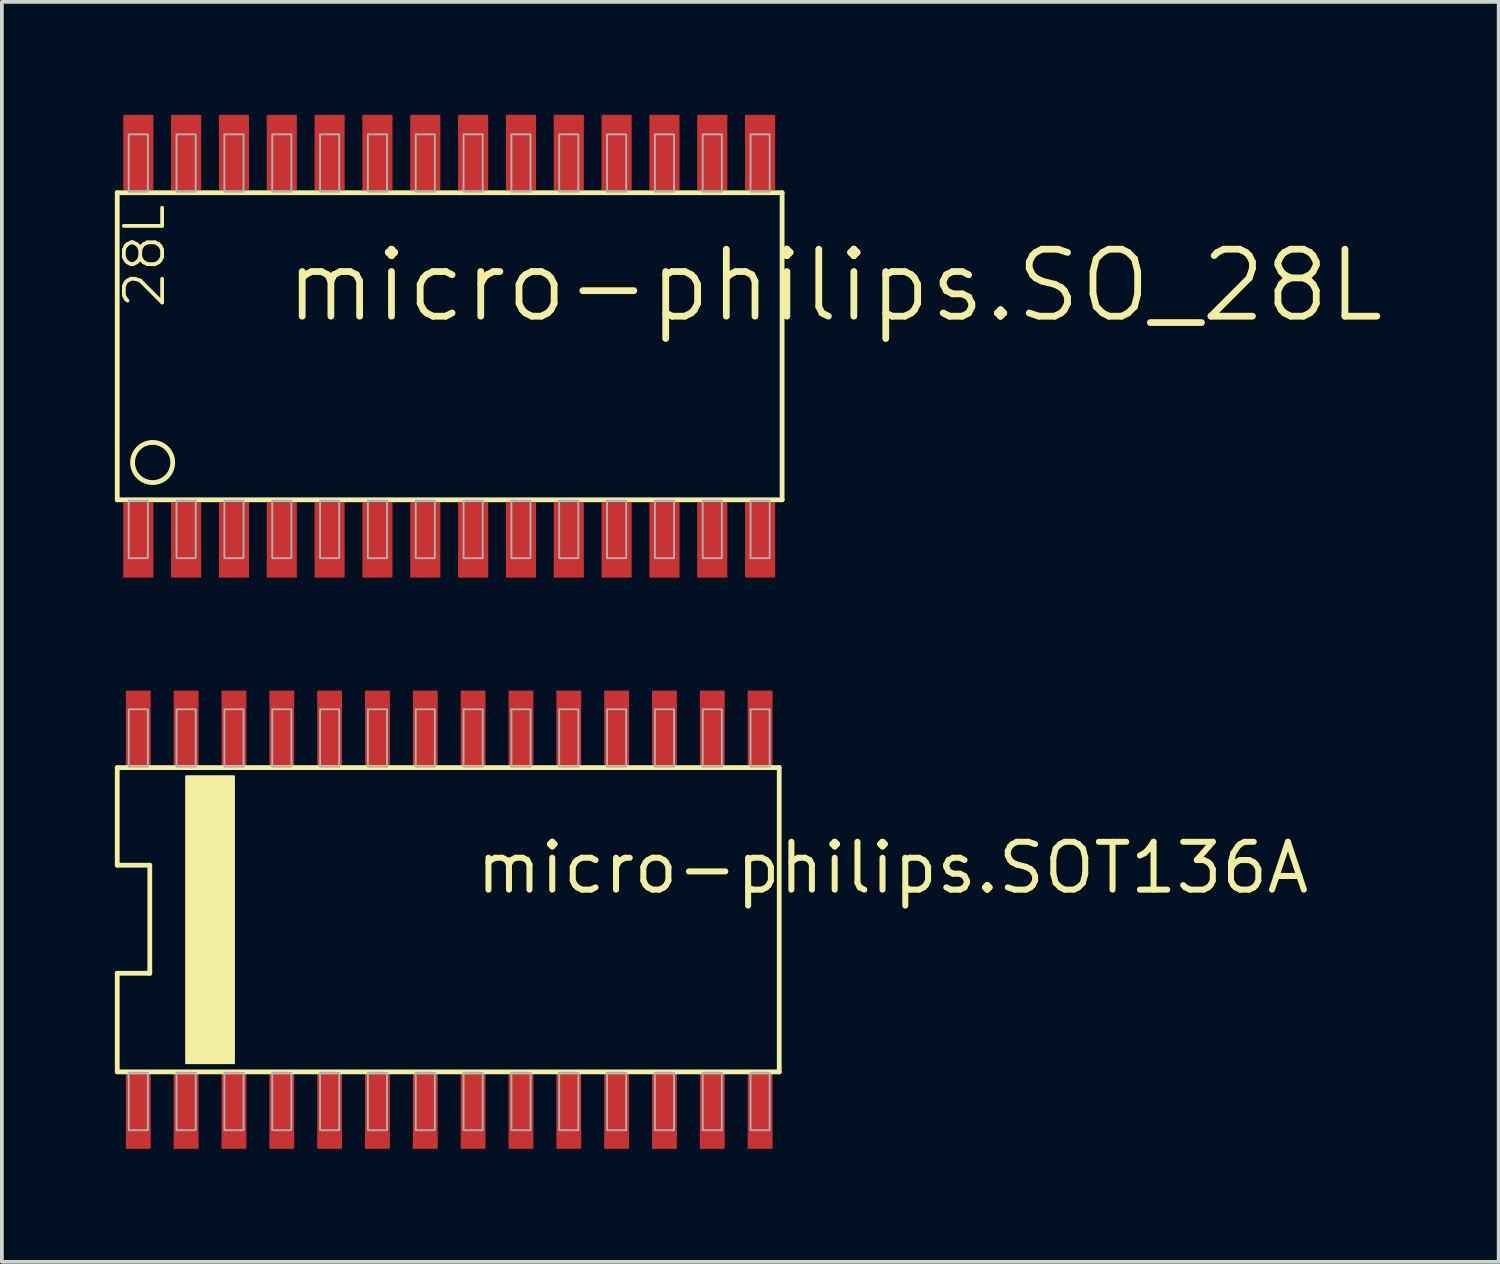
<source format=kicad_pcb>
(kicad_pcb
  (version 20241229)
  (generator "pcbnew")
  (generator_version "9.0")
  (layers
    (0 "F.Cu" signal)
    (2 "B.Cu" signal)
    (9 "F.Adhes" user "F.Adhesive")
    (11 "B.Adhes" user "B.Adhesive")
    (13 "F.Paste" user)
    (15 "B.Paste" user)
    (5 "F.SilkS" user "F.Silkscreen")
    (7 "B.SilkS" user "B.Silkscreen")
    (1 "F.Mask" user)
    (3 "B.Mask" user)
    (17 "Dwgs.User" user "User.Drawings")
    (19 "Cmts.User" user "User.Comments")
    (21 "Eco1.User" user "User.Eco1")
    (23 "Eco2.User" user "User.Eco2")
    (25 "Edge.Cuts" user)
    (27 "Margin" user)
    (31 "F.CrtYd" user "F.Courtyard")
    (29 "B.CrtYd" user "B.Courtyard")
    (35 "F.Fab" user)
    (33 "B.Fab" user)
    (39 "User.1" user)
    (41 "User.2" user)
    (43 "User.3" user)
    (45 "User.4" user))
  (footprint "micro-philips.SOT136A"
    (layer "F.Cu")
    (at 8.877 21.37)
    (property "Reference" "micro-philips.SOT136A" (at 0.635 -0.635 0) (layer "F.SilkS") (effects (font (size 1.27 1.27) (thickness 0.16)) (justify left bottom)))
    (attr smd)
    (fp_line (start -8.814 -4.039) (end -8.814 -1.448) (stroke (width 0.127) (type default)) (layer "F.SilkS"))
    (fp_line (start -8.814 -1.448) (end -7.95 -1.448) (stroke (width 0.127) (type default)) (layer "F.SilkS"))
    (fp_line (start -8.814 1.422) (end -8.814 4.039) (stroke (width 0.127) (type default)) (layer "F.SilkS"))
    (fp_line (start -8.814 4.039) (end 8.763 4.039) (stroke (width 0.127) (type default)) (layer "F.SilkS"))
    (fp_line (start -7.95 -1.448) (end -7.95 1.422) (stroke (width 0.127) (type default)) (layer "F.SilkS"))
    (fp_line (start -7.95 1.422) (end -8.814 1.422) (stroke (width 0.127) (type default)) (layer "F.SilkS"))
    (fp_line (start 8.763 -4.039) (end -8.814 -4.039) (stroke (width 0.127) (type default)) (layer "F.SilkS"))
    (fp_line (start 8.763 4.039) (end 8.763 -4.039) (stroke (width 0.127) (type default)) (layer "F.SilkS"))
    (fp_rect (start -6.985 3.81) (end -5.715 -3.81) (stroke (width 0.05) (type default)) (fill yes) (layer "F.SilkS"))
    (fp_rect (start -8.509 -4.064) (end -8.001 -5.588) (stroke (width 0.05) (type default)) (fill no) (layer "F.Fab"))
    (fp_rect (start -8.509 5.588) (end -8.001 4.064) (stroke (width 0.05) (type default)) (fill no) (layer "F.Fab"))
    (fp_rect (start -7.239 -4.064) (end -6.731 -5.588) (stroke (width 0.05) (type default)) (fill no) (layer "F.Fab"))
    (fp_rect (start -7.239 5.588) (end -6.731 4.064) (stroke (width 0.05) (type default)) (fill no) (layer "F.Fab"))
    (fp_rect (start -5.969 -4.064) (end -5.461 -5.588) (stroke (width 0.05) (type default)) (fill no) (layer "F.Fab"))
    (fp_rect (start -5.969 5.588) (end -5.461 4.064) (stroke (width 0.05) (type default)) (fill no) (layer "F.Fab"))
    (fp_rect (start -4.699 -4.064) (end -4.191 -5.588) (stroke (width 0.05) (type default)) (fill no) (layer "F.Fab"))
    (fp_rect (start -4.699 5.588) (end -4.191 4.064) (stroke (width 0.05) (type default)) (fill no) (layer "F.Fab"))
    (fp_rect (start -3.429 -4.064) (end -2.921 -5.588) (stroke (width 0.05) (type default)) (fill no) (layer "F.Fab"))
    (fp_rect (start -3.429 5.588) (end -2.921 4.064) (stroke (width 0.05) (type default)) (fill no) (layer "F.Fab"))
    (fp_rect (start -2.159 -4.064) (end -1.651 -5.588) (stroke (width 0.05) (type default)) (fill no) (layer "F.Fab"))
    (fp_rect (start -2.159 5.588) (end -1.651 4.064) (stroke (width 0.05) (type default)) (fill no) (layer "F.Fab"))
    (fp_rect (start -0.889 -4.064) (end -0.381 -5.588) (stroke (width 0.05) (type default)) (fill no) (layer "F.Fab"))
    (fp_rect (start -0.889 5.588) (end -0.381 4.064) (stroke (width 0.05) (type default)) (fill no) (layer "F.Fab"))
    (fp_rect (start 0.381 -4.064) (end 0.889 -5.588) (stroke (width 0.05) (type default)) (fill no) (layer "F.Fab"))
    (fp_rect (start 0.381 5.588) (end 0.889 4.064) (stroke (width 0.05) (type default)) (fill no) (layer "F.Fab"))
    (fp_rect (start 1.651 -4.064) (end 2.159 -5.588) (stroke (width 0.05) (type default)) (fill no) (layer "F.Fab"))
    (fp_rect (start 1.651 5.588) (end 2.159 4.064) (stroke (width 0.05) (type default)) (fill no) (layer "F.Fab"))
    (fp_rect (start 2.921 -4.064) (end 3.429 -5.588) (stroke (width 0.05) (type default)) (fill no) (layer "F.Fab"))
    (fp_rect (start 2.921 5.588) (end 3.429 4.064) (stroke (width 0.05) (type default)) (fill no) (layer "F.Fab"))
    (fp_rect (start 4.191 -4.064) (end 4.699 -5.588) (stroke (width 0.05) (type default)) (fill no) (layer "F.Fab"))
    (fp_rect (start 4.191 5.588) (end 4.699 4.064) (stroke (width 0.05) (type default)) (fill no) (layer "F.Fab"))
    (fp_rect (start 5.461 -4.064) (end 5.969 -5.588) (stroke (width 0.05) (type default)) (fill no) (layer "F.Fab"))
    (fp_rect (start 5.461 5.588) (end 5.969 4.064) (stroke (width 0.05) (type default)) (fill no) (layer "F.Fab"))
    (fp_rect (start 6.731 -4.064) (end 7.239 -5.588) (stroke (width 0.05) (type default)) (fill no) (layer "F.Fab"))
    (fp_rect (start 6.731 5.588) (end 7.239 4.064) (stroke (width 0.05) (type default)) (fill no) (layer "F.Fab"))
    (fp_rect (start 8.001 -4.064) (end 8.509 -5.588) (stroke (width 0.05) (type default)) (fill no) (layer "F.Fab"))
    (fp_rect (start 8.001 5.588) (end 8.509 4.064) (stroke (width 0.05) (type default)) (fill no) (layer "F.Fab"))
    (pad "1" smd roundrect (at -8.255 5.08) (size 0.66 2.007) (layers "F.Cu" "F.Mask" "F.Paste") (roundrect_rratio 0.01))
    (pad "2" smd roundrect (at -6.985 5.08) (size 0.66 2.007) (layers "F.Cu" "F.Mask" "F.Paste") (roundrect_rratio 0.01))
    (pad "3" smd roundrect (at -5.715 5.08) (size 0.66 2.007) (layers "F.Cu" "F.Mask" "F.Paste") (roundrect_rratio 0.01))
    (pad "4" smd roundrect (at -4.445 5.08) (size 0.66 2.007) (layers "F.Cu" "F.Mask" "F.Paste") (roundrect_rratio 0.01))
    (pad "5" smd roundrect (at -3.175 5.08) (size 0.66 2.007) (layers "F.Cu" "F.Mask" "F.Paste") (roundrect_rratio 0.01))
    (pad "6" smd roundrect (at -1.905 5.08) (size 0.66 2.007) (layers "F.Cu" "F.Mask" "F.Paste") (roundrect_rratio 0.01))
    (pad "7" smd roundrect (at -0.635 5.08) (size 0.66 2.007) (layers "F.Cu" "F.Mask" "F.Paste") (roundrect_rratio 0.01))
    (pad "8" smd roundrect (at 0.635 5.08) (size 0.66 2.007) (layers "F.Cu" "F.Mask" "F.Paste") (roundrect_rratio 0.01))
    (pad "9" smd roundrect (at 1.905 5.08) (size 0.66 2.007) (layers "F.Cu" "F.Mask" "F.Paste") (roundrect_rratio 0.01))
    (pad "10" smd roundrect (at 3.175 5.08) (size 0.66 2.007) (layers "F.Cu" "F.Mask" "F.Paste") (roundrect_rratio 0.01))
    (pad "11" smd roundrect (at 4.445 5.08) (size 0.66 2.007) (layers "F.Cu" "F.Mask" "F.Paste") (roundrect_rratio 0.01))
    (pad "12" smd roundrect (at 5.715 5.08) (size 0.66 2.007) (layers "F.Cu" "F.Mask" "F.Paste") (roundrect_rratio 0.01))
    (pad "13" smd roundrect (at 6.985 5.08) (size 0.66 2.007) (layers "F.Cu" "F.Mask" "F.Paste") (roundrect_rratio 0.01))
    (pad "14" smd roundrect (at 8.255 5.08) (size 0.66 2.007) (layers "F.Cu" "F.Mask" "F.Paste") (roundrect_rratio 0.01))
    (pad "15" smd roundrect (at 8.255 -5.08) (size 0.66 2.007) (layers "F.Cu" "F.Mask" "F.Paste") (roundrect_rratio 0.01))
    (pad "16" smd roundrect (at 6.985 -5.08) (size 0.66 2.007) (layers "F.Cu" "F.Mask" "F.Paste") (roundrect_rratio 0.01))
    (pad "17" smd roundrect (at 5.715 -5.08) (size 0.66 2.007) (layers "F.Cu" "F.Mask" "F.Paste") (roundrect_rratio 0.01))
    (pad "18" smd roundrect (at 4.445 -5.08) (size 0.66 2.007) (layers "F.Cu" "F.Mask" "F.Paste") (roundrect_rratio 0.01))
    (pad "19" smd roundrect (at 3.175 -5.08) (size 0.66 2.007) (layers "F.Cu" "F.Mask" "F.Paste") (roundrect_rratio 0.01))
    (pad "20" smd roundrect (at 1.905 -5.08) (size 0.66 2.007) (layers "F.Cu" "F.Mask" "F.Paste") (roundrect_rratio 0.01))
    (pad "21" smd roundrect (at 0.635 -5.08) (size 0.66 2.007) (layers "F.Cu" "F.Mask" "F.Paste") (roundrect_rratio 0.01))
    (pad "22" smd roundrect (at -0.635 -5.08) (size 0.66 2.007) (layers "F.Cu" "F.Mask" "F.Paste") (roundrect_rratio 0.01))
    (pad "23" smd roundrect (at -1.905 -5.08) (size 0.66 2.007) (layers "F.Cu" "F.Mask" "F.Paste") (roundrect_rratio 0.01))
    (pad "24" smd roundrect (at -3.175 -5.08) (size 0.66 2.007) (layers "F.Cu" "F.Mask" "F.Paste") (roundrect_rratio 0.01))
    (pad "25" smd roundrect (at -4.445 -5.08) (size 0.66 2.007) (layers "F.Cu" "F.Mask" "F.Paste") (roundrect_rratio 0.01))
    (pad "26" smd roundrect (at -5.715 -5.08) (size 0.66 2.007) (layers "F.Cu" "F.Mask" "F.Paste") (roundrect_rratio 0.01))
    (pad "27" smd roundrect (at -6.985 -5.08) (size 0.66 2.007) (layers "F.Cu" "F.Mask" "F.Paste") (roundrect_rratio 0.01))
    (pad "28" smd roundrect (at -8.255 -5.08) (size 0.66 2.007) (layers "F.Cu" "F.Mask" "F.Paste") (roundrect_rratio 0.01)))
  (footprint "micro-philips.SO_28L"
    (layer "F.Cu")
    (at 9.512 6.08)
    (property "Reference" "micro-philips.SO_28L" (at -5.08 -0.508 0) (layer "F.SilkS") (effects (font (size 1.778 1.778) (thickness 0.18)) (justify left bottom)))
    (attr smd)
    (fp_line (start -9.449 -4.013) (end -9.449 4.14) (stroke (width 0.127) (type default)) (layer "F.SilkS"))
    (fp_line (start -9.449 4.14) (end 8.204 4.14) (stroke (width 0.127) (type default)) (layer "F.SilkS"))
    (fp_line (start 8.204 -4.013) (end -9.449 -4.013) (stroke (width 0.127) (type default)) (layer "F.SilkS"))
    (fp_line (start 8.204 4.14) (end 8.204 -4.013) (stroke (width 0.127) (type default)) (layer "F.SilkS"))
    (fp_circle (center -8.509 3.15) (end -7.976 3.15) (stroke (width 0.127) (type default)) (fill no) (layer "F.SilkS"))
    (fp_rect (start -9.144 -4.039) (end -8.636 -5.563) (stroke (width 0.05) (type default)) (fill no) (layer "F.Fab"))
    (fp_rect (start -9.144 5.69) (end -8.636 4.166) (stroke (width 0.05) (type default)) (fill no) (layer "F.Fab"))
    (fp_rect (start -7.874 -4.039) (end -7.366 -5.563) (stroke (width 0.05) (type default)) (fill no) (layer "F.Fab"))
    (fp_rect (start -7.874 5.69) (end -7.366 4.166) (stroke (width 0.05) (type default)) (fill no) (layer "F.Fab"))
    (fp_rect (start -6.604 -4.039) (end -6.096 -5.563) (stroke (width 0.05) (type default)) (fill no) (layer "F.Fab"))
    (fp_rect (start -6.604 5.69) (end -6.096 4.166) (stroke (width 0.05) (type default)) (fill no) (layer "F.Fab"))
    (fp_rect (start -5.334 -4.039) (end -4.826 -5.563) (stroke (width 0.05) (type default)) (fill no) (layer "F.Fab"))
    (fp_rect (start -5.334 5.69) (end -4.826 4.166) (stroke (width 0.05) (type default)) (fill no) (layer "F.Fab"))
    (fp_rect (start -4.064 -4.039) (end -3.556 -5.563) (stroke (width 0.05) (type default)) (fill no) (layer "F.Fab"))
    (fp_rect (start -4.064 5.69) (end -3.556 4.166) (stroke (width 0.05) (type default)) (fill no) (layer "F.Fab"))
    (fp_rect (start -2.794 -4.039) (end -2.286 -5.563) (stroke (width 0.05) (type default)) (fill no) (layer "F.Fab"))
    (fp_rect (start -2.794 5.69) (end -2.286 4.166) (stroke (width 0.05) (type default)) (fill no) (layer "F.Fab"))
    (fp_rect (start -1.524 -4.039) (end -1.016 -5.563) (stroke (width 0.05) (type default)) (fill no) (layer "F.Fab"))
    (fp_rect (start -1.524 5.69) (end -1.016 4.166) (stroke (width 0.05) (type default)) (fill no) (layer "F.Fab"))
    (fp_rect (start -0.254 -4.039) (end 0.254 -5.563) (stroke (width 0.05) (type default)) (fill no) (layer "F.Fab"))
    (fp_rect (start -0.254 5.69) (end 0.254 4.166) (stroke (width 0.05) (type default)) (fill no) (layer "F.Fab"))
    (fp_rect (start 1.016 -4.039) (end 1.524 -5.563) (stroke (width 0.05) (type default)) (fill no) (layer "F.Fab"))
    (fp_rect (start 1.016 5.69) (end 1.524 4.166) (stroke (width 0.05) (type default)) (fill no) (layer "F.Fab"))
    (fp_rect (start 2.286 -4.039) (end 2.794 -5.563) (stroke (width 0.05) (type default)) (fill no) (layer "F.Fab"))
    (fp_rect (start 2.286 5.69) (end 2.794 4.166) (stroke (width 0.05) (type default)) (fill no) (layer "F.Fab"))
    (fp_rect (start 3.556 -4.039) (end 4.064 -5.563) (stroke (width 0.05) (type default)) (fill no) (layer "F.Fab"))
    (fp_rect (start 3.556 5.69) (end 4.064 4.166) (stroke (width 0.05) (type default)) (fill no) (layer "F.Fab"))
    (fp_rect (start 4.826 -4.039) (end 5.334 -5.563) (stroke (width 0.05) (type default)) (fill no) (layer "F.Fab"))
    (fp_rect (start 4.826 5.69) (end 5.334 4.166) (stroke (width 0.05) (type default)) (fill no) (layer "F.Fab"))
    (fp_rect (start 6.096 -4.039) (end 6.604 -5.563) (stroke (width 0.05) (type default)) (fill no) (layer "F.Fab"))
    (fp_rect (start 6.096 5.69) (end 6.604 4.166) (stroke (width 0.05) (type default)) (fill no) (layer "F.Fab"))
    (fp_rect (start 7.366 -4.039) (end 7.874 -5.563) (stroke (width 0.05) (type default)) (fill no) (layer "F.Fab"))
    (fp_rect (start 7.366 5.69) (end 7.874 4.166) (stroke (width 0.05) (type default)) (fill no) (layer "F.Fab"))
    (fp_text user "28L" (at -8.128 -0.889 90) (layer "F.SilkS") (effects (font (size 1.016 1.016) (thickness 0.1)) (justify left bottom)))
    (pad "1" smd roundrect (at -8.89 5.207) (size 0.8 2) (layers "F.Cu" "F.Mask" "F.Paste") (roundrect_rratio 0.01))
    (pad "2" smd roundrect (at -7.62 5.207) (size 0.8 2) (layers "F.Cu" "F.Mask" "F.Paste") (roundrect_rratio 0.01))
    (pad "3" smd roundrect (at -6.35 5.207) (size 0.8 2) (layers "F.Cu" "F.Mask" "F.Paste") (roundrect_rratio 0.01))
    (pad "4" smd roundrect (at -5.08 5.207) (size 0.8 2) (layers "F.Cu" "F.Mask" "F.Paste") (roundrect_rratio 0.01))
    (pad "5" smd roundrect (at -3.81 5.207) (size 0.8 2) (layers "F.Cu" "F.Mask" "F.Paste") (roundrect_rratio 0.01))
    (pad "6" smd roundrect (at -2.54 5.207) (size 0.8 2) (layers "F.Cu" "F.Mask" "F.Paste") (roundrect_rratio 0.01))
    (pad "7" smd roundrect (at -1.27 5.207) (size 0.8 2) (layers "F.Cu" "F.Mask" "F.Paste") (roundrect_rratio 0.01))
    (pad "8" smd roundrect (at 0 5.207) (size 0.8 2) (layers "F.Cu" "F.Mask" "F.Paste") (roundrect_rratio 0.01))
    (pad "9" smd roundrect (at 1.27 5.207) (size 0.8 2) (layers "F.Cu" "F.Mask" "F.Paste") (roundrect_rratio 0.01))
    (pad "10" smd roundrect (at 2.54 5.207) (size 0.8 2) (layers "F.Cu" "F.Mask" "F.Paste") (roundrect_rratio 0.01))
    (pad "11" smd roundrect (at 3.81 5.207) (size 0.8 2) (layers "F.Cu" "F.Mask" "F.Paste") (roundrect_rratio 0.01))
    (pad "12" smd roundrect (at 5.08 5.207) (size 0.8 2) (layers "F.Cu" "F.Mask" "F.Paste") (roundrect_rratio 0.01))
    (pad "13" smd roundrect (at 6.35 5.207) (size 0.8 2) (layers "F.Cu" "F.Mask" "F.Paste") (roundrect_rratio 0.01))
    (pad "14" smd roundrect (at 7.62 5.207) (size 0.8 2) (layers "F.Cu" "F.Mask" "F.Paste") (roundrect_rratio 0.01))
    (pad "15" smd roundrect (at 7.62 -5.08) (size 0.8 2) (layers "F.Cu" "F.Mask" "F.Paste") (roundrect_rratio 0.01))
    (pad "16" smd roundrect (at 6.35 -5.08) (size 0.8 2) (layers "F.Cu" "F.Mask" "F.Paste") (roundrect_rratio 0.01))
    (pad "17" smd roundrect (at 5.08 -5.08) (size 0.8 2) (layers "F.Cu" "F.Mask" "F.Paste") (roundrect_rratio 0.01))
    (pad "18" smd roundrect (at 3.81 -5.08) (size 0.8 2) (layers "F.Cu" "F.Mask" "F.Paste") (roundrect_rratio 0.01))
    (pad "19" smd roundrect (at 2.54 -5.08) (size 0.8 2) (layers "F.Cu" "F.Mask" "F.Paste") (roundrect_rratio 0.01))
    (pad "20" smd roundrect (at 1.27 -5.08) (size 0.8 2) (layers "F.Cu" "F.Mask" "F.Paste") (roundrect_rratio 0.01))
    (pad "21" smd roundrect (at 0 -5.08) (size 0.8 2) (layers "F.Cu" "F.Mask" "F.Paste") (roundrect_rratio 0.01))
    (pad "22" smd roundrect (at -1.27 -5.08) (size 0.8 2) (layers "F.Cu" "F.Mask" "F.Paste") (roundrect_rratio 0.01))
    (pad "23" smd roundrect (at -2.54 -5.08) (size 0.8 2) (layers "F.Cu" "F.Mask" "F.Paste") (roundrect_rratio 0.01))
    (pad "24" smd roundrect (at -3.81 -5.08) (size 0.8 2) (layers "F.Cu" "F.Mask" "F.Paste") (roundrect_rratio 0.01))
    (pad "25" smd roundrect (at -5.08 -5.08) (size 0.8 2) (layers "F.Cu" "F.Mask" "F.Paste") (roundrect_rratio 0.01))
    (pad "26" smd roundrect (at -6.35 -5.08) (size 0.8 2) (layers "F.Cu" "F.Mask" "F.Paste") (roundrect_rratio 0.01))
    (pad "27" smd roundrect (at -7.62 -5.08) (size 0.8 2) (layers "F.Cu" "F.Mask" "F.Paste") (roundrect_rratio 0.01))
    (pad "28" smd roundrect (at -8.89 -5.08) (size 0.8 2) (layers "F.Cu" "F.Mask" "F.Paste") (roundrect_rratio 0.01)))
  (gr_rect
    (start -3 -3)
    (end 36.742 30.454)
    (stroke (width 0.1) (type default))
    (fill no)
    (layer "Edge.Cuts")))
</source>
